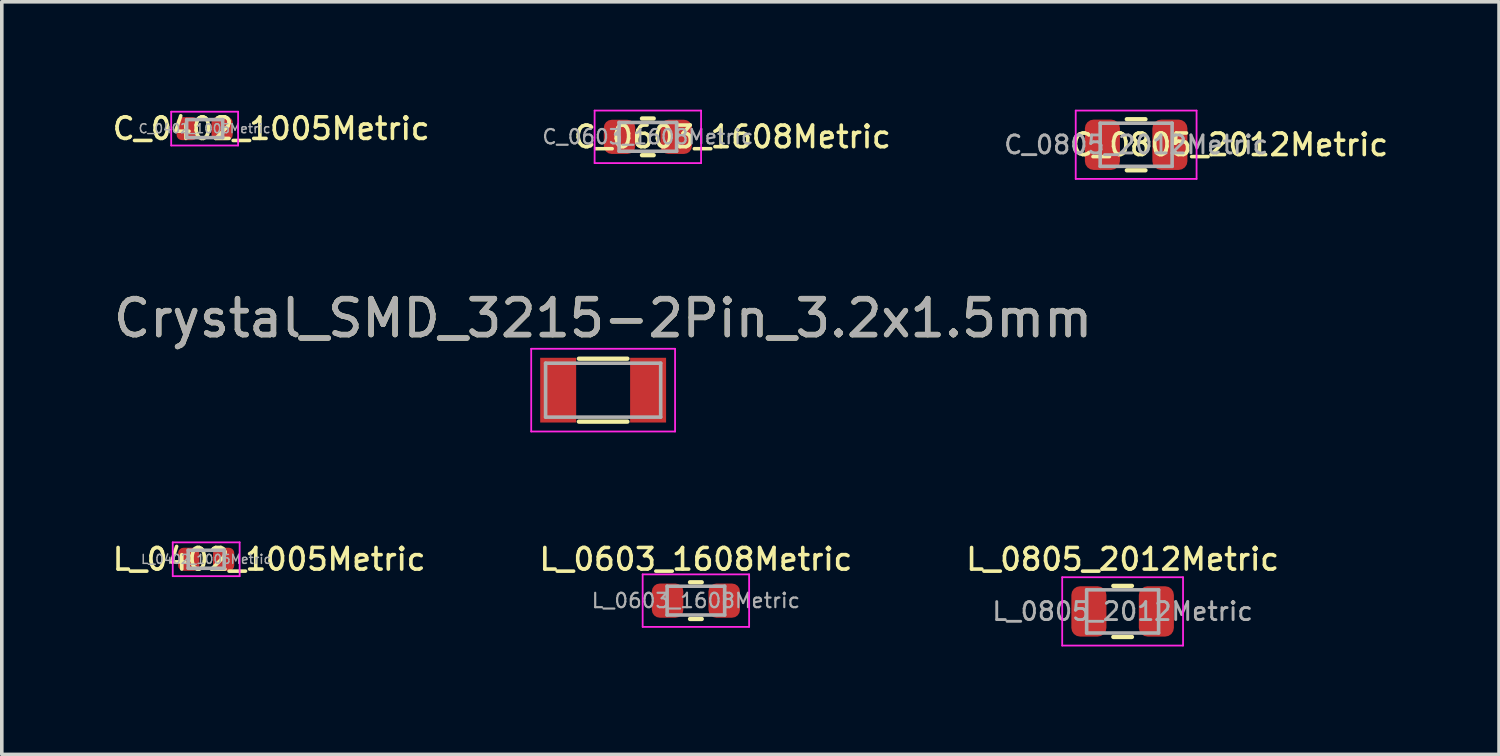
<source format=kicad_pcb>
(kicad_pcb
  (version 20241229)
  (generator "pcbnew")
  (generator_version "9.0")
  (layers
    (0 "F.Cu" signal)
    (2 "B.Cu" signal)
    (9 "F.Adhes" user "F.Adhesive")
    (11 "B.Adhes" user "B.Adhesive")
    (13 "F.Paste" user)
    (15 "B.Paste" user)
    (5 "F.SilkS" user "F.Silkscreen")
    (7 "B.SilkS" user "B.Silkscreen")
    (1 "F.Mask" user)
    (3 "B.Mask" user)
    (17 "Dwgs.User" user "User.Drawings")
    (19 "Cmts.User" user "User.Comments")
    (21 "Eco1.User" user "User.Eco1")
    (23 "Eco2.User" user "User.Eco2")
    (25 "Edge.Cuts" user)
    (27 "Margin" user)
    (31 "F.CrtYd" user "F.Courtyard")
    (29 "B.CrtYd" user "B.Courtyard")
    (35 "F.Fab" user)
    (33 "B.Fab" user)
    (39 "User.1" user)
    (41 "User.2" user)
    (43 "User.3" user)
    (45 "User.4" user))
  (footprint "L_0805_2012Metric"
    (layer "F.Cu")
    (at 28.164 13.95)
    (property "Reference" "L_0805_2012Metric" (at 0 -1.45 180) (layer "F.SilkS") (effects (font (size 0.6 0.6) (thickness 0.1))))
    (attr smd)
    (fp_line (start -0.259 -0.71) (end 0.259 -0.71) (stroke (width 0.12) (type solid)) (layer "F.SilkS"))
    (fp_line (start -0.259 0.71) (end 0.259 0.71) (stroke (width 0.12) (type solid)) (layer "F.SilkS"))
    (fp_line (start -1.68 -0.95) (end 1.68 -0.95) (stroke (width 0.05) (type solid)) (layer "F.CrtYd"))
    (fp_line (start -1.68 0.95) (end -1.68 -0.95) (stroke (width 0.05) (type solid)) (layer "F.CrtYd"))
    (fp_line (start 1.68 -0.95) (end 1.68 0.95) (stroke (width 0.05) (type solid)) (layer "F.CrtYd"))
    (fp_line (start 1.68 0.95) (end -1.68 0.95) (stroke (width 0.05) (type solid)) (layer "F.CrtYd"))
    (fp_line (start -1 -0.6) (end 1 -0.6) (stroke (width 0.1) (type solid)) (layer "F.Fab"))
    (fp_line (start -1 0.6) (end -1 -0.6) (stroke (width 0.1) (type solid)) (layer "F.Fab"))
    (fp_line (start 1 -0.6) (end 1 0.6) (stroke (width 0.1) (type solid)) (layer "F.Fab"))
    (fp_line (start 1 0.6) (end -1 0.6) (stroke (width 0.1) (type solid)) (layer "F.Fab"))
    (fp_text user "${REFERENCE}" (at 0 0 180) (layer "F.Fab") (effects (font (size 0.5 0.5) (thickness 0.08))))
    (pad "1" smd roundrect (at -0.938 0) (size 0.975 1.4) (layers "F.Cu" "F.Mask" "F.Paste") (roundrect_rratio 0.25))
    (pad "2" smd roundrect (at 0.938 0) (size 0.975 1.4) (layers "F.Cu" "F.Mask" "F.Paste") (roundrect_rratio 0.25)))
  (footprint "C_0805_2012Metric"
    (layer "F.Cu")
    (at 28.54 0.975)
    (property "Reference" "C_0805_2012Metric" (at 2.6 0 0) (layer "F.SilkS") (effects (font (size 0.6 0.6) (thickness 0.1))))
    (attr smd)
    (fp_line (start -0.259 -0.71) (end 0.259 -0.71) (stroke (width 0.12) (type solid)) (layer "F.SilkS"))
    (fp_line (start -0.259 0.71) (end 0.259 0.71) (stroke (width 0.12) (type solid)) (layer "F.SilkS"))
    (fp_line (start -1.68 -0.95) (end 1.68 -0.95) (stroke (width 0.05) (type solid)) (layer "F.CrtYd"))
    (fp_line (start -1.68 0.95) (end -1.68 -0.95) (stroke (width 0.05) (type solid)) (layer "F.CrtYd"))
    (fp_line (start 1.68 -0.95) (end 1.68 0.95) (stroke (width 0.05) (type solid)) (layer "F.CrtYd"))
    (fp_line (start 1.68 0.95) (end -1.68 0.95) (stroke (width 0.05) (type solid)) (layer "F.CrtYd"))
    (fp_line (start -1 -0.6) (end 1 -0.6) (stroke (width 0.1) (type solid)) (layer "F.Fab"))
    (fp_line (start -1 0.6) (end -1 -0.6) (stroke (width 0.1) (type solid)) (layer "F.Fab"))
    (fp_line (start 1 -0.6) (end 1 0.6) (stroke (width 0.1) (type solid)) (layer "F.Fab"))
    (fp_line (start 1 0.6) (end -1 0.6) (stroke (width 0.1) (type solid)) (layer "F.Fab"))
    (fp_text user "${REFERENCE}" (at 0 0 0) (layer "F.Fab") (effects (font (size 0.5 0.5) (thickness 0.08))))
    (pad "1" smd roundrect (at -0.938 0) (size 0.975 1.4) (layers "F.Cu" "F.Mask" "F.Paste") (roundrect_rratio 0.25))
    (pad "2" smd roundrect (at 0.938 0) (size 0.975 1.4) (layers "F.Cu" "F.Mask" "F.Paste") (roundrect_rratio 0.25)))
  (footprint "C_0603_1608Metric"
    (layer "F.Cu")
    (at 14.963 0.755)
    (property "Reference" "C_0603_1608Metric" (at 2.35 0 0) (layer "F.SilkS") (effects (font (size 0.6 0.6) (thickness 0.1))))
    (attr smd)
    (fp_line (start -0.163 -0.51) (end 0.163 -0.51) (stroke (width 0.12) (type solid)) (layer "F.SilkS"))
    (fp_line (start -0.163 0.51) (end 0.163 0.51) (stroke (width 0.12) (type solid)) (layer "F.SilkS"))
    (fp_line (start -1.48 -0.73) (end 1.48 -0.73) (stroke (width 0.05) (type solid)) (layer "F.CrtYd"))
    (fp_line (start -1.48 0.73) (end -1.48 -0.73) (stroke (width 0.05) (type solid)) (layer "F.CrtYd"))
    (fp_line (start 1.48 -0.73) (end 1.48 0.73) (stroke (width 0.05) (type solid)) (layer "F.CrtYd"))
    (fp_line (start 1.48 0.73) (end -1.48 0.73) (stroke (width 0.05) (type solid)) (layer "F.CrtYd"))
    (fp_line (start -0.8 -0.4) (end 0.8 -0.4) (stroke (width 0.1) (type solid)) (layer "F.Fab"))
    (fp_line (start -0.8 0.4) (end -0.8 -0.4) (stroke (width 0.1) (type solid)) (layer "F.Fab"))
    (fp_line (start 0.8 -0.4) (end 0.8 0.4) (stroke (width 0.1) (type solid)) (layer "F.Fab"))
    (fp_line (start 0.8 0.4) (end -0.8 0.4) (stroke (width 0.1) (type solid)) (layer "F.Fab"))
    (fp_text user "${REFERENCE}" (at 0 0 180) (layer "F.Fab") (effects (font (size 0.4 0.4) (thickness 0.06))))
    (pad "1" smd roundrect (at -0.787 0) (size 0.875 0.95) (layers "F.Cu" "F.Mask" "F.Paste") (roundrect_rratio 0.25))
    (pad "2" smd roundrect (at 0.787 0) (size 0.875 0.95) (layers "F.Cu" "F.Mask" "F.Paste") (roundrect_rratio 0.25)))
  (footprint "L_0402_1005Metric"
    (layer "F.Cu")
    (at 2.683 12.5)
    (property "Reference" "L_0402_1005Metric" (at 1.75 0 0) (layer "F.SilkS") (effects (font (size 0.6 0.6) (thickness 0.1))))
    (attr smd)
    (fp_line (start -0.93 -0.47) (end 0.93 -0.47) (stroke (width 0.05) (type solid)) (layer "F.CrtYd"))
    (fp_line (start -0.93 0.47) (end -0.93 -0.47) (stroke (width 0.05) (type solid)) (layer "F.CrtYd"))
    (fp_line (start 0.93 -0.47) (end 0.93 0.47) (stroke (width 0.05) (type solid)) (layer "F.CrtYd"))
    (fp_line (start 0.93 0.47) (end -0.93 0.47) (stroke (width 0.05) (type solid)) (layer "F.CrtYd"))
    (fp_line (start -0.5 -0.25) (end 0.5 -0.25) (stroke (width 0.1) (type solid)) (layer "F.Fab"))
    (fp_line (start -0.5 0.25) (end -0.5 -0.25) (stroke (width 0.1) (type solid)) (layer "F.Fab"))
    (fp_line (start 0.5 -0.25) (end 0.5 0.25) (stroke (width 0.1) (type solid)) (layer "F.Fab"))
    (fp_line (start 0.5 0.25) (end -0.5 0.25) (stroke (width 0.1) (type solid)) (layer "F.Fab"))
    (fp_text user "${REFERENCE}" (at 0 0 0) (layer "F.Fab") (effects (font (size 0.25 0.25) (thickness 0.04))))
    (pad "1" smd roundrect (at -0.485 0) (size 0.59 0.64) (layers "F.Cu" "F.Mask" "F.Paste") (roundrect_rratio 0.25))
    (pad "2" smd roundrect (at 0.485 0) (size 0.59 0.64) (layers "F.Cu" "F.Mask" "F.Paste") (roundrect_rratio 0.25)))
  (footprint "L_0603_1608Metric"
    (layer "F.Cu")
    (at 16.299 13.65)
    (property "Reference" "L_0603_1608Metric" (at 0 -1.15 0) (layer "F.SilkS") (effects (font (size 0.6 0.6) (thickness 0.1))))
    (attr smd)
    (fp_line (start -0.163 -0.51) (end 0.163 -0.51) (stroke (width 0.12) (type solid)) (layer "F.SilkS"))
    (fp_line (start -0.163 0.51) (end 0.163 0.51) (stroke (width 0.12) (type solid)) (layer "F.SilkS"))
    (fp_line (start -1.48 -0.73) (end 1.48 -0.73) (stroke (width 0.05) (type solid)) (layer "F.CrtYd"))
    (fp_line (start -1.48 0.73) (end -1.48 -0.73) (stroke (width 0.05) (type solid)) (layer "F.CrtYd"))
    (fp_line (start 1.48 -0.73) (end 1.48 0.73) (stroke (width 0.05) (type solid)) (layer "F.CrtYd"))
    (fp_line (start 1.48 0.73) (end -1.48 0.73) (stroke (width 0.05) (type solid)) (layer "F.CrtYd"))
    (fp_line (start -0.8 -0.4) (end 0.8 -0.4) (stroke (width 0.1) (type solid)) (layer "F.Fab"))
    (fp_line (start -0.8 0.4) (end -0.8 -0.4) (stroke (width 0.1) (type solid)) (layer "F.Fab"))
    (fp_line (start 0.8 -0.4) (end 0.8 0.4) (stroke (width 0.1) (type solid)) (layer "F.Fab"))
    (fp_line (start 0.8 0.4) (end -0.8 0.4) (stroke (width 0.1) (type solid)) (layer "F.Fab"))
    (fp_text user "${REFERENCE}" (at 0 0 0) (layer "F.Fab") (effects (font (size 0.4 0.4) (thickness 0.06))))
    (pad "1" smd roundrect (at -0.787 0) (size 0.875 0.95) (layers "F.Cu" "F.Mask" "F.Paste") (roundrect_rratio 0.25))
    (pad "2" smd roundrect (at 0.787 0) (size 0.875 0.95) (layers "F.Cu" "F.Mask" "F.Paste") (roundrect_rratio 0.25)))
  (footprint "Crystal_SMD_3215-2Pin_3.2x1.5mm"
    (layer "F.Cu")
    (at 13.72 7.798)
    (property "Reference" "Crystal_SMD_3215-2Pin_3.2x1.5mm" (at 0 -2 0) (layer "F.SilkS") (effects (font (size 1 1) (thickness 0.15))))
    (attr smd)
    (fp_line (start -0.675 -0.875) (end 0.675 -0.875) (stroke (width 0.12) (type solid)) (layer "F.SilkS"))
    (fp_line (start -0.675 0.875) (end 0.675 0.875) (stroke (width 0.12) (type solid)) (layer "F.SilkS"))
    (fp_line (start -2 -1.15) (end -2 1.15) (stroke (width 0.05) (type solid)) (layer "F.CrtYd"))
    (fp_line (start -2 -1.15) (end 2 -1.15) (stroke (width 0.05) (type solid)) (layer "F.CrtYd"))
    (fp_line (start -2 1.15) (end 2 1.15) (stroke (width 0.05) (type solid)) (layer "F.CrtYd"))
    (fp_line (start 2 -1.15) (end 2 1.15) (stroke (width 0.05) (type solid)) (layer "F.CrtYd"))
    (fp_line (start -1.6 -0.75) (end -1.6 0.75) (stroke (width 0.1) (type solid)) (layer "F.Fab"))
    (fp_line (start -1.6 -0.75) (end 1.6 -0.75) (stroke (width 0.1) (type solid)) (layer "F.Fab"))
    (fp_line (start -1.6 0.75) (end 1.6 0.75) (stroke (width 0.1) (type solid)) (layer "F.Fab"))
    (fp_line (start 1.6 -0.75) (end 1.6 0.75) (stroke (width 0.1) (type solid)) (layer "F.Fab"))
    (fp_text user "${REFERENCE}" (at 0 -2 0) (layer "F.Fab") (effects (font (size 1 1) (thickness 0.15))))
    (pad "1" smd rect (at 1.25 0) (size 1 1.8) (layers "F.Cu" "F.Mask" "F.Paste"))
    (pad "2" smd rect (at -1.25 0) (size 1 1.8) (layers "F.Cu" "F.Mask" "F.Paste")))
  (footprint "C_0402_1005Metric"
    (layer "F.Cu")
    (at 2.64 0.526)
    (property "Reference" "C_0402_1005Metric" (at 1.85 0 180) (layer "F.SilkS") (effects (font (size 0.6 0.6) (thickness 0.1))))
    (attr smd)
    (fp_line (start -0.93 -0.47) (end 0.93 -0.47) (stroke (width 0.05) (type solid)) (layer "F.CrtYd"))
    (fp_line (start -0.93 0.47) (end -0.93 -0.47) (stroke (width 0.05) (type solid)) (layer "F.CrtYd"))
    (fp_line (start 0.93 -0.47) (end 0.93 0.47) (stroke (width 0.05) (type solid)) (layer "F.CrtYd"))
    (fp_line (start 0.93 0.47) (end -0.93 0.47) (stroke (width 0.05) (type solid)) (layer "F.CrtYd"))
    (fp_line (start -0.5 -0.25) (end 0.5 -0.25) (stroke (width 0.1) (type solid)) (layer "F.Fab"))
    (fp_line (start -0.5 0.25) (end -0.5 -0.25) (stroke (width 0.1) (type solid)) (layer "F.Fab"))
    (fp_line (start 0.5 -0.25) (end 0.5 0.25) (stroke (width 0.1) (type solid)) (layer "F.Fab"))
    (fp_line (start 0.5 0.25) (end -0.5 0.25) (stroke (width 0.1) (type solid)) (layer "F.Fab"))
    (fp_text user "${REFERENCE}" (at 0 0 180) (layer "F.Fab") (effects (font (size 0.25 0.25) (thickness 0.04))))
    (pad "1" smd roundrect (at -0.485 0) (size 0.59 0.64) (layers "F.Cu" "F.Mask" "F.Paste") (roundrect_rratio 0.25))
    (pad "2" smd roundrect (at 0.485 0) (size 0.59 0.64) (layers "F.Cu" "F.Mask" "F.Paste") (roundrect_rratio 0.25)))
  (gr_rect
    (start -3 -3)
    (end 38.63 17.925)
    (stroke (width 0.1) (type default))
    (fill no)
    (layer "Edge.Cuts")))
</source>
